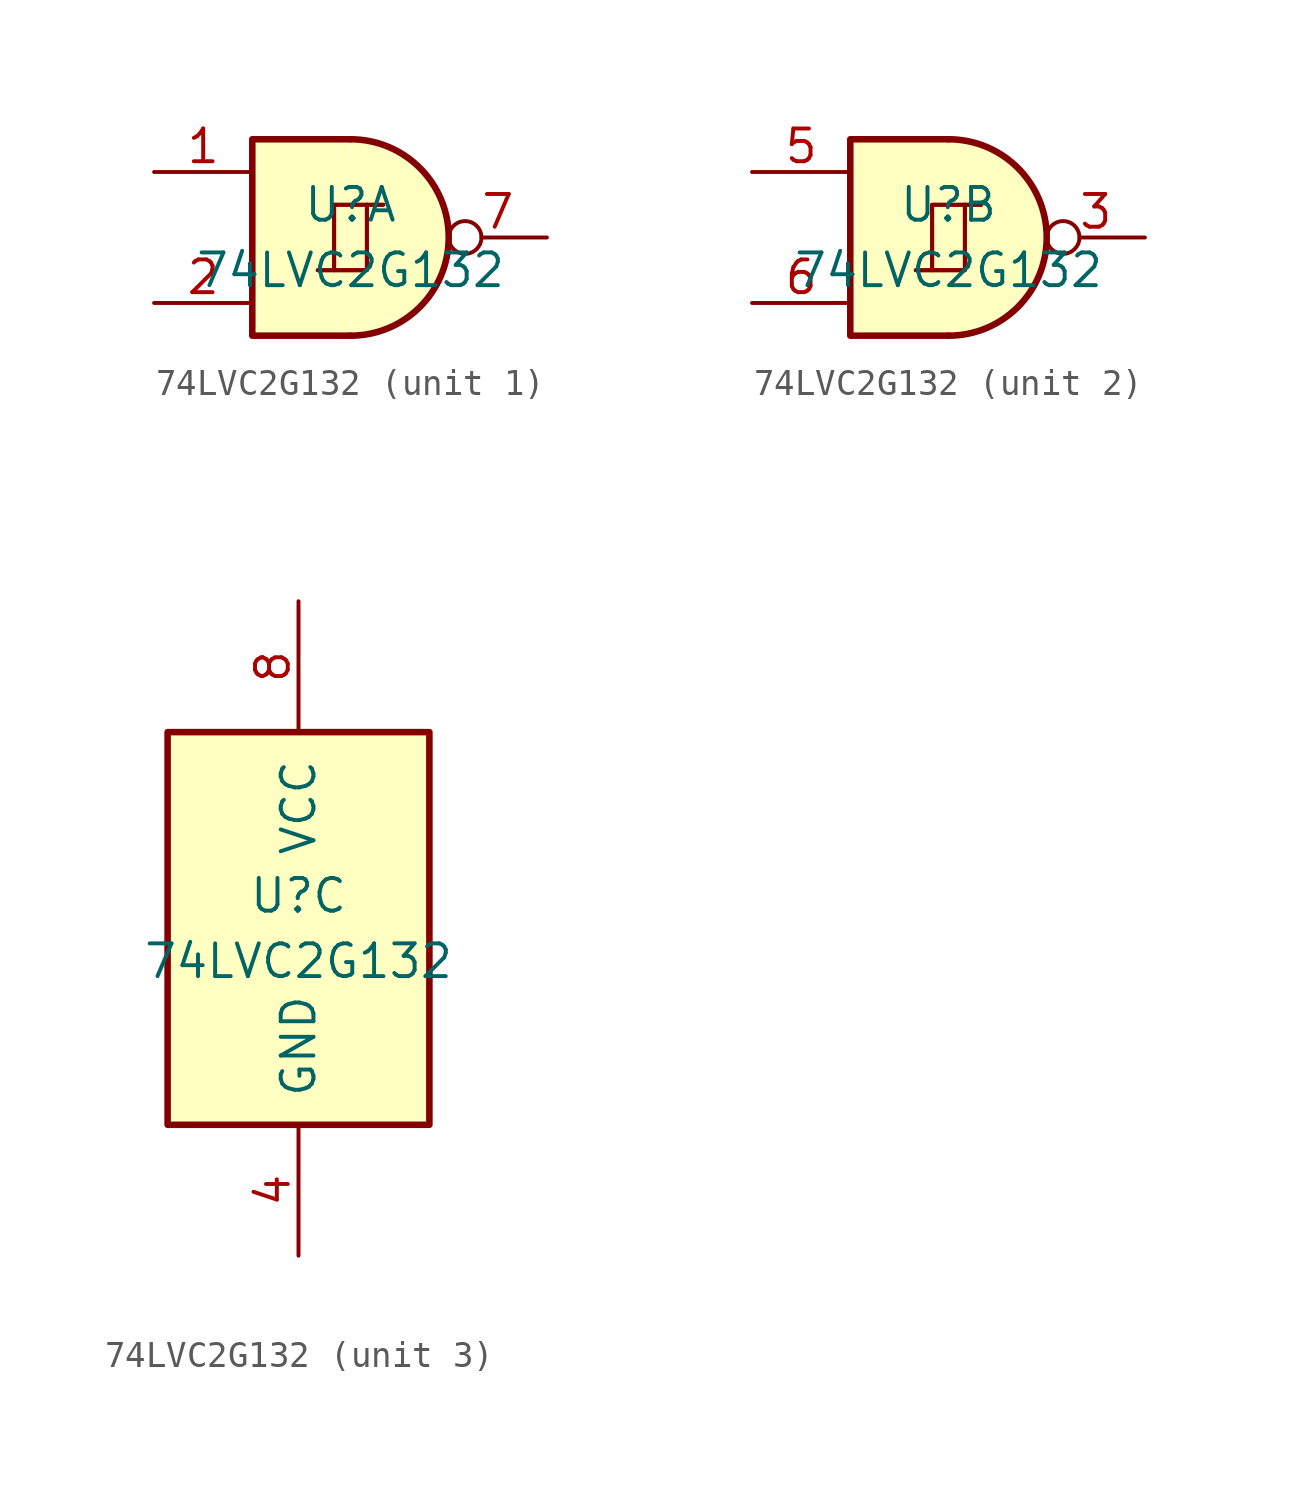
<source format=kicad_sym>
(kicad_symbol_lib
  (version 20231120)
  (generator "kicad_symbol_editor")
  (generator_version "8.0")
  (symbol "74LVC2G132"
    (pin_names
      (offset 1.016))
    (property "Reference" "U"
      (at 0 1.27 0)
      (effects (font (size 1.27 1.27))))
    (property "Value" "74LVC2G132"
      (at 0 -1.27 0)
      (effects (font (size 1.27 1.27))))
    (property "ki_locked" ""
      (at 0 0 0)
      (effects (font (size 1.27 1.27))))
    (symbol "74LVC2G132_1_0"
      (polyline (pts (xy -0.635 -1.27) (xy -0.635 1.27) (xy 0.635 1.27)) (stroke (width 0) (type default)) (fill (type none)))
      (polyline (pts (xy -0.635 -1.27) (xy -0.635 1.27) (xy 0.635 1.27)) (stroke (width 0) (type default)) (fill (type none)))
      (polyline (pts (xy -1.27 -1.27) (xy 0.635 -1.27) (xy 0.635 1.27) (xy 1.27 1.27)) (stroke (width 0) (type default)) (fill (type none)))
      (polyline (pts (xy -1.27 -1.27) (xy 0.635 -1.27) (xy 0.635 1.27) (xy 1.27 1.27)) (stroke (width 0) (type default)) (fill (type none))))
    (symbol "74LVC2G132_1_1"
      (arc (start 0 -3.81) (mid 3.7934 0) (end 0 3.81) (stroke (width 0.254) (type default)) (fill (type background)))
      (polyline (pts (xy 0 3.81) (xy -3.81 3.81) (xy -3.81 -3.81) (xy 0 -3.81)) (stroke (width 0.254) (type default)) (fill (type background)))
      (pin input line (at -7.62 2.54 0) (length 3.81) (name "~" (effects (font (size 1.27 1.27)))) (number "1" (effects (font (size 1.27 1.27)))))
      (pin input line (at -7.62 -2.54 0) (length 3.81) (name "~" (effects (font (size 1.27 1.27)))) (number "2" (effects (font (size 1.27 1.27)))))
      (pin output inverted (at 7.62 0 180) (length 3.81) (name "~" (effects (font (size 1.27 1.27)))) (number "7" (effects (font (size 1.27 1.27))))))
    (symbol "74LVC2G132_2_0"
      (polyline (pts (xy -0.635 -1.27) (xy -0.635 1.27) (xy 0.635 1.27)) (stroke (width 0) (type default)) (fill (type none)))
      (polyline (pts (xy -0.635 -1.27) (xy -0.635 1.27) (xy 0.635 1.27)) (stroke (width 0) (type default)) (fill (type none)))
      (polyline (pts (xy -1.27 -1.27) (xy 0.635 -1.27) (xy 0.635 1.27) (xy 1.27 1.27)) (stroke (width 0) (type default)) (fill (type none)))
      (polyline (pts (xy -1.27 -1.27) (xy 0.635 -1.27) (xy 0.635 1.27) (xy 1.27 1.27)) (stroke (width 0) (type default)) (fill (type none))))
    (symbol "74LVC2G132_2_1"
      (arc (start 0 -3.81) (mid 3.7934 0) (end 0 3.81) (stroke (width 0.254) (type default)) (fill (type background)))
      (polyline (pts (xy 0 3.81) (xy -3.81 3.81) (xy -3.81 -3.81) (xy 0 -3.81)) (stroke (width 0.254) (type default)) (fill (type background)))
      (pin output inverted (at 7.62 0 180) (length 3.81) (name "~" (effects (font (size 1.27 1.27)))) (number "3" (effects (font (size 1.27 1.27)))))
      (pin input line (at -7.62 2.54 0) (length 3.81) (name "~" (effects (font (size 1.27 1.27)))) (number "5" (effects (font (size 1.27 1.27)))))
      (pin input line (at -7.62 -2.54 0) (length 3.81) (name "~" (effects (font (size 1.27 1.27)))) (number "6" (effects (font (size 1.27 1.27))))))
    (symbol "74LVC2G132_3_0"
      (pin power_in line (at 0 -12.7 90) (length 5.08) (name "GND" (effects (font (size 1.27 1.27)))) (number "4" (effects (font (size 1.27 1.27)))))
      (pin power_in line (at 0 12.7 270) (length 5.08) (name "VCC" (effects (font (size 1.27 1.27)))) (number "8" (effects (font (size 1.27 1.27))))))
    (symbol "74LVC2G132_3_1"
      (rectangle (start -5.08 7.62) (end 5.08 -7.62) (stroke (width 0.254) (type default)) (fill (type background))))))
</source>
